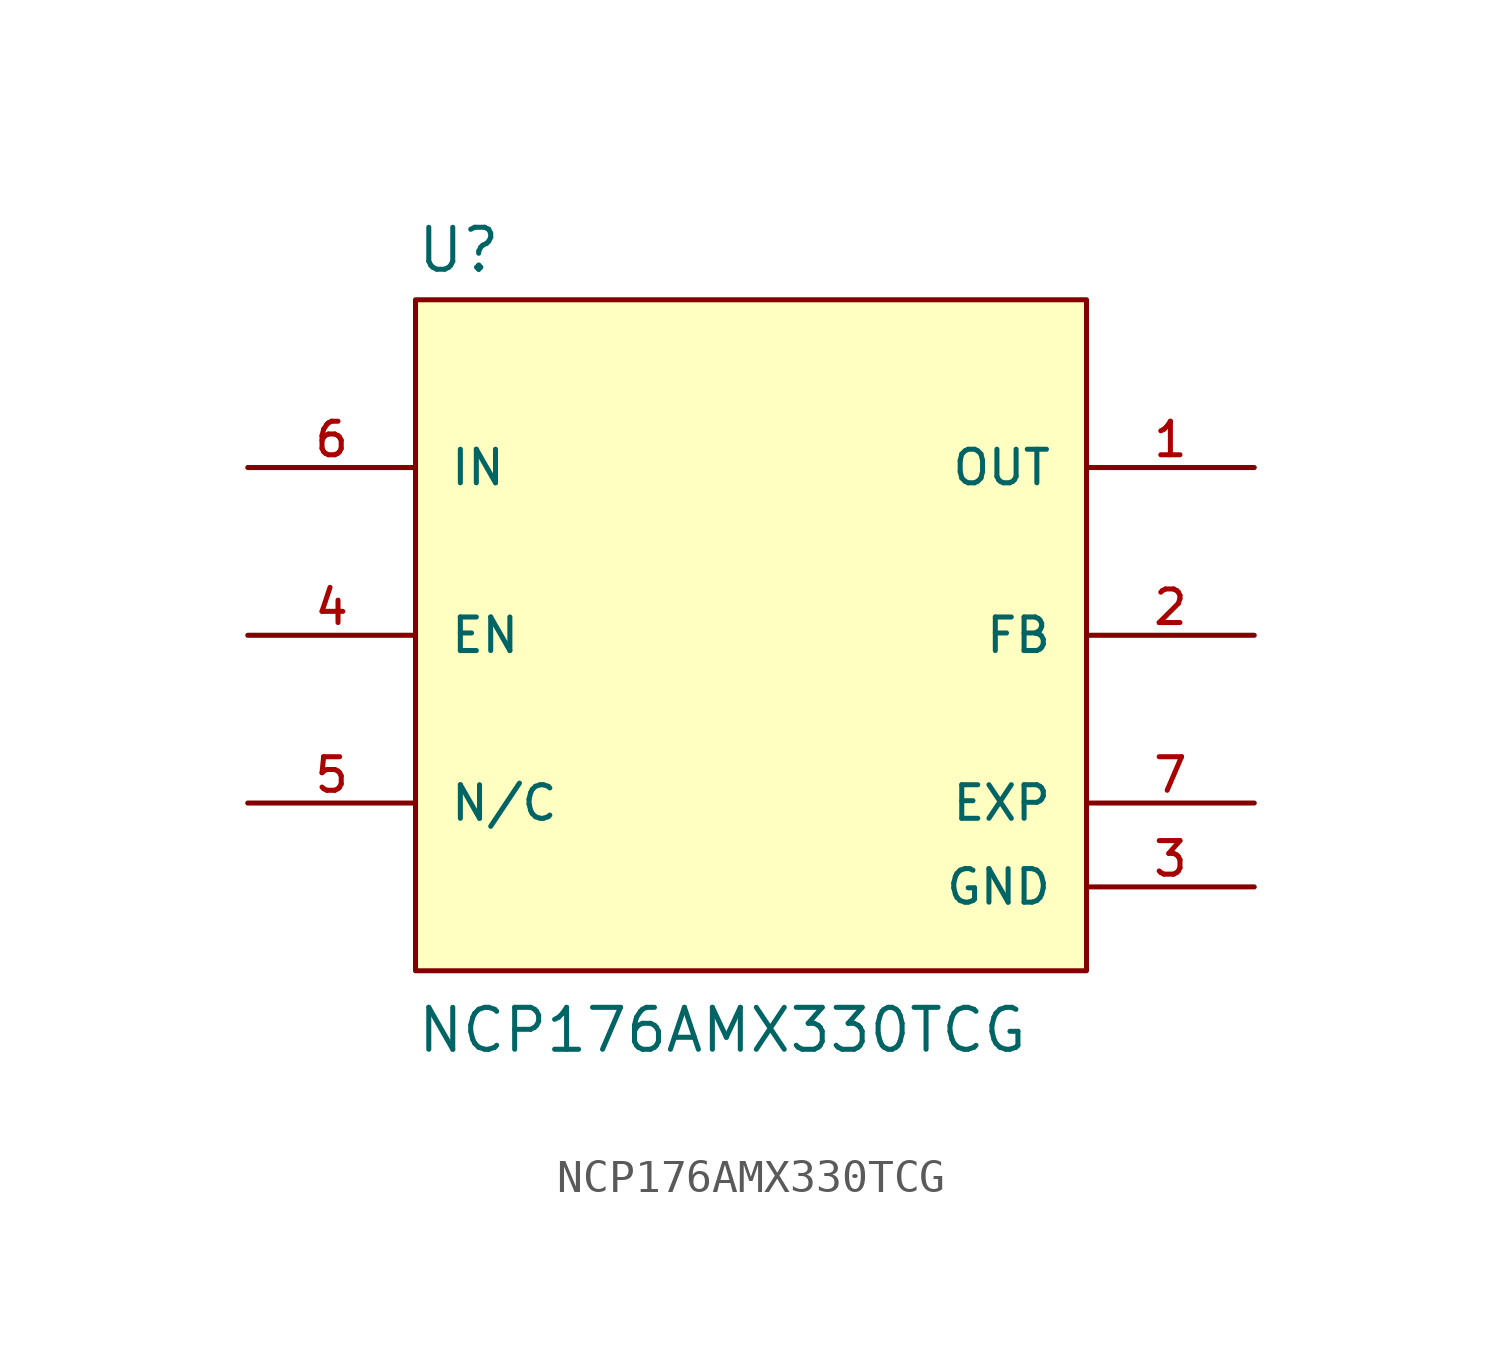
<source format=kicad_sym>
(kicad_symbol_lib
  (version 20211014)
  (generator kicad_symbol_editor)
  (symbol "NCP176AMX330TCG"
    (pin_names
      (offset 1.016))
    (property "Reference" "U"
      (at -10.16 10.922 0)
      (effects (font (size 1.27 1.27)) (justify bottom left)))
    (property "Value" "NCP176AMX330TCG"
      (at -10.16 -12.7 0)
      (effects (font (size 1.27 1.27)) (justify bottom left)))
    (symbol "NCP176AMX330TCG_0_0"
      (rectangle (start -10.16 -10.16) (end 10.16 10.16) (stroke (width 0.152)) (fill (type background)))
      (pin output line (at 15.24 5.08 180.0) (length 5.08) (name "OUT" (effects (font (size 1.016 1.016)))) (number "1" (effects (font (size 1.016 1.016)))))
      (pin input line (at 15.24 0.0 180.0) (length 5.08) (name "FB" (effects (font (size 1.016 1.016)))) (number "2" (effects (font (size 1.016 1.016)))))
      (pin power_in line (at 15.24 -7.62 180.0) (length 5.08) (name "GND" (effects (font (size 1.016 1.016)))) (number "3" (effects (font (size 1.016 1.016)))))
      (pin input line (at -15.24 0.0 0) (length 5.08) (name "EN" (effects (font (size 1.016 1.016)))) (number "4" (effects (font (size 1.016 1.016)))))
      (pin passive line (at -15.24 -5.08 0) (length 5.08) (name "N/C" (effects (font (size 1.016 1.016)))) (number "5" (effects (font (size 1.016 1.016)))))
      (pin input line (at -15.24 5.08 0) (length 5.08) (name "IN" (effects (font (size 1.016 1.016)))) (number "6" (effects (font (size 1.016 1.016)))))
      (pin power_in line (at 15.24 -5.08 180.0) (length 5.08) (name "EXP" (effects (font (size 1.016 1.016)))) (number "7" (effects (font (size 1.016 1.016))))))))
</source>
